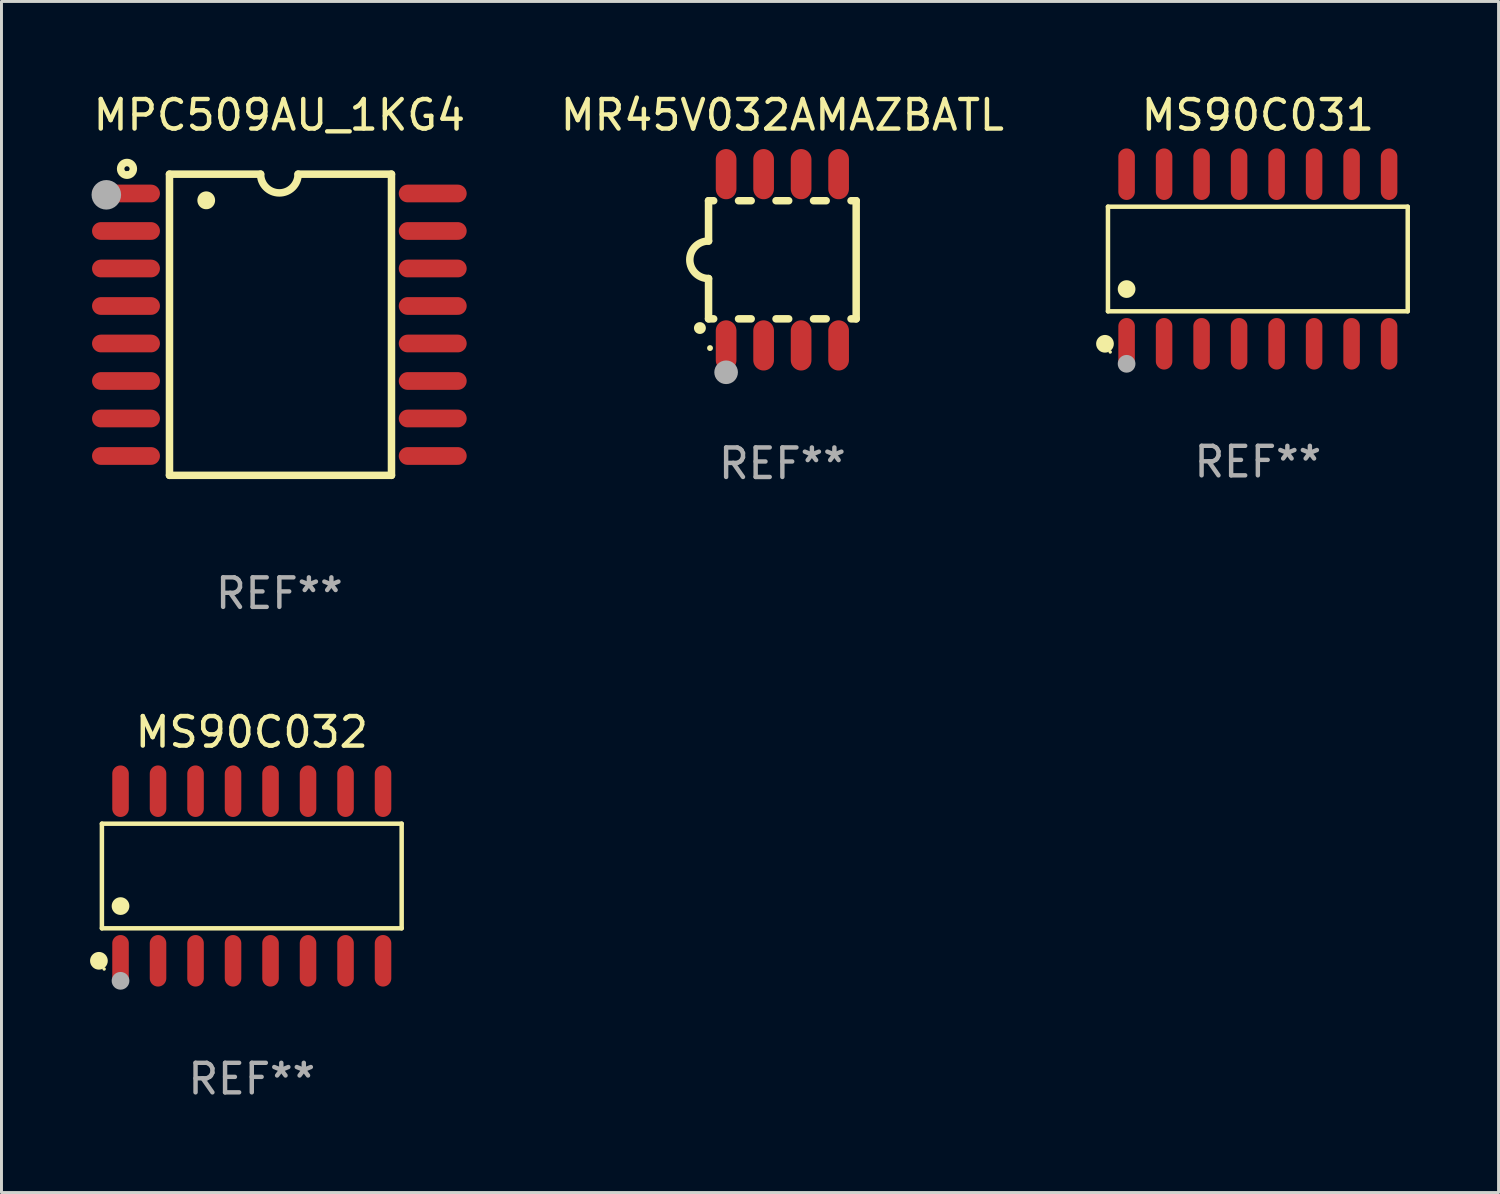
<source format=kicad_pcb>
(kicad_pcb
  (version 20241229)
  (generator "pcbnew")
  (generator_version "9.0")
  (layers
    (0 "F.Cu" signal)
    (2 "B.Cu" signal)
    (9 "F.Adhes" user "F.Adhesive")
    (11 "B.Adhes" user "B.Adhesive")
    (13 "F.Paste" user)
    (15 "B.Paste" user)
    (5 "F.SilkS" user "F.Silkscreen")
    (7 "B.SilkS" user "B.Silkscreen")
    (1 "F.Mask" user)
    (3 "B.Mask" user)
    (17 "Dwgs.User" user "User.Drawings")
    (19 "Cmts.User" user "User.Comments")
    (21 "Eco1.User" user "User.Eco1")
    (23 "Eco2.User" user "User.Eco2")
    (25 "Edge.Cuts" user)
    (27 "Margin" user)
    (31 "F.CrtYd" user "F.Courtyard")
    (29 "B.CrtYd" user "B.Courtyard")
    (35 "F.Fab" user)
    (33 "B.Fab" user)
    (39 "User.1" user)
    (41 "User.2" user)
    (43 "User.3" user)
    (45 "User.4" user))
  (footprint "MPC509AU_1KG4"
    (layer "F.Cu")
    (at 6.411 7.948)
    (property "Reference" "MPC509AU_1KG4" (at 0 -7.1 0) (layer "F.SilkS") (effects (font (size 1 1) (thickness 0.15))))
    (attr through_hole)
    (fp_line (start -3.721 -5.1) (end -3.721 5.1) (stroke (width 0.254) (type solid)) (layer "F.SilkS"))
    (fp_line (start -3.721 -5.1) (end -0.635 -5.1) (stroke (width 0.254) (type solid)) (layer "F.SilkS"))
    (fp_line (start -3.721 5.1) (end 3.797 5.1) (stroke (width 0.254) (type solid)) (layer "F.SilkS"))
    (fp_line (start 3.797 -5.1) (end 0.635 -5.1) (stroke (width 0.254) (type solid)) (layer "F.SilkS"))
    (fp_line (start 3.797 5.1) (end 3.797 -5.1) (stroke (width 0.254) (type solid)) (layer "F.SilkS"))
    (fp_arc (start -2.476556 -4.211328) (mid -2.476567 -4.213868) (end -2.476556 -4.216408) (stroke (width 0.6) (type solid)) (layer "F.SilkS"))
    (fp_arc (start 0.63495 -5.100076) (mid -0.000178 -4.465329) (end -0.635052 -5.10033) (stroke (width 0.254001) (type solid)) (layer "F.SilkS"))
    (fp_circle (center -5.16 -5.28) (end -4.945 -5.28) (stroke (width 0.254) (type solid)) (fill no) (layer "F.SilkS"))
    (fp_circle (center -5.15 -5.15) (end -5.12 -5.15) (stroke (width 0.06) (type solid)) (fill no) (layer "F.SilkS"))
    (fp_circle (center -5.86 -4.4) (end -5.61 -4.4) (stroke (width 0.5) (type solid)) (fill no) (layer "F.Fab"))
    (fp_text user "REF**" (at 0 9.1 0) (layer "F.Fab") (effects (font (size 1 1) (thickness 0.15))))
    (pad "1" smd oval (at -5.194 -4.445) (size 2.3 0.6) (layers "F.Cu" "F.Mask" "F.Paste"))
    (pad "2" smd oval (at -5.194 -3.175) (size 2.3 0.6) (layers "F.Cu" "F.Mask" "F.Paste"))
    (pad "3" smd oval (at -5.194 -1.905) (size 2.3 0.6) (layers "F.Cu" "F.Mask" "F.Paste"))
    (pad "4" smd oval (at -5.194 -0.635) (size 2.3 0.6) (layers "F.Cu" "F.Mask" "F.Paste"))
    (pad "5" smd oval (at -5.194 0.635) (size 2.3 0.6) (layers "F.Cu" "F.Mask" "F.Paste"))
    (pad "6" smd oval (at -5.194 1.905) (size 2.3 0.6) (layers "F.Cu" "F.Mask" "F.Paste"))
    (pad "7" smd oval (at -5.194 3.175) (size 2.3 0.6) (layers "F.Cu" "F.Mask" "F.Paste"))
    (pad "8" smd oval (at -5.194 4.445) (size 2.3 0.6) (layers "F.Cu" "F.Mask" "F.Paste"))
    (pad "9" smd oval (at 5.194 4.445) (size 2.3 0.6) (layers "F.Cu" "F.Mask" "F.Paste"))
    (pad "10" smd oval (at 5.194 3.175) (size 2.3 0.6) (layers "F.Cu" "F.Mask" "F.Paste"))
    (pad "11" smd oval (at 5.194 1.905) (size 2.3 0.6) (layers "F.Cu" "F.Mask" "F.Paste"))
    (pad "12" smd oval (at 5.194 0.635) (size 2.3 0.6) (layers "F.Cu" "F.Mask" "F.Paste"))
    (pad "13" smd oval (at 5.194 -0.635) (size 2.3 0.6) (layers "F.Cu" "F.Mask" "F.Paste"))
    (pad "14" smd oval (at 5.194 -1.905) (size 2.3 0.6) (layers "F.Cu" "F.Mask" "F.Paste"))
    (pad "15" smd oval (at 5.194 -3.175) (size 2.3 0.6) (layers "F.Cu" "F.Mask" "F.Paste"))
    (pad "16" smd oval (at 5.194 -4.445) (size 2.3 0.6) (layers "F.Cu" "F.Mask" "F.Paste")))
  (footprint "MS90C032"
    (layer "F.Cu")
    (at 5.477 26.617)
    (property "Reference" "MS90C032" (at 0 -4.872 0) (layer "F.SilkS") (effects (font (size 1 1) (thickness 0.15))))
    (attr through_hole)
    (fp_line (start -5.076 -1.771) (end 5.076 -1.771) (stroke (width 0.152) (type solid)) (layer "F.SilkS"))
    (fp_line (start -5.076 1.771) (end -5.076 -1.771) (stroke (width 0.152) (type solid)) (layer "F.SilkS"))
    (fp_line (start 5.076 -1.771) (end 5.076 1.771) (stroke (width 0.152) (type solid)) (layer "F.SilkS"))
    (fp_line (start 5.076 1.771) (end -5.076 1.771) (stroke (width 0.152) (type solid)) (layer "F.SilkS"))
    (fp_circle (center -5.177 2.872) (end -5.027 2.872) (stroke (width 0.3) (type solid)) (fill no) (layer "F.SilkS"))
    (fp_circle (center -5 3.15) (end -4.97 3.15) (stroke (width 0.06) (type solid)) (fill no) (layer "F.SilkS"))
    (fp_circle (center -4.445 1.019) (end -4.295 1.019) (stroke (width 0.3) (type solid)) (fill no) (layer "F.SilkS"))
    (fp_circle (center -4.445 3.55) (end -4.295 3.55) (stroke (width 0.3) (type solid)) (fill no) (layer "F.Fab"))
    (fp_text user "REF**" (at 0 6.872 0) (layer "F.Fab") (effects (font (size 1 1) (thickness 0.15))))
    (pad "1" smd oval (at -4.445 2.872) (size 0.56 1.745) (layers "F.Cu" "F.Mask" "F.Paste"))
    (pad "2" smd oval (at -3.175 2.872) (size 0.56 1.745) (layers "F.Cu" "F.Mask" "F.Paste"))
    (pad "3" smd oval (at -1.905 2.872) (size 0.56 1.745) (layers "F.Cu" "F.Mask" "F.Paste"))
    (pad "4" smd oval (at -0.635 2.872) (size 0.56 1.745) (layers "F.Cu" "F.Mask" "F.Paste"))
    (pad "5" smd oval (at 0.635 2.872) (size 0.56 1.745) (layers "F.Cu" "F.Mask" "F.Paste"))
    (pad "6" smd oval (at 1.905 2.872) (size 0.56 1.745) (layers "F.Cu" "F.Mask" "F.Paste"))
    (pad "7" smd oval (at 3.175 2.872) (size 0.56 1.745) (layers "F.Cu" "F.Mask" "F.Paste"))
    (pad "8" smd oval (at 4.445 2.872) (size 0.56 1.745) (layers "F.Cu" "F.Mask" "F.Paste"))
    (pad "9" smd oval (at 4.445 -2.872) (size 0.56 1.745) (layers "F.Cu" "F.Mask" "F.Paste"))
    (pad "10" smd oval (at 3.175 -2.872) (size 0.56 1.745) (layers "F.Cu" "F.Mask" "F.Paste"))
    (pad "11" smd oval (at 1.905 -2.872) (size 0.56 1.745) (layers "F.Cu" "F.Mask" "F.Paste"))
    (pad "12" smd oval (at 0.635 -2.872) (size 0.56 1.745) (layers "F.Cu" "F.Mask" "F.Paste"))
    (pad "13" smd oval (at -0.635 -2.872) (size 0.56 1.745) (layers "F.Cu" "F.Mask" "F.Paste"))
    (pad "14" smd oval (at -1.905 -2.872) (size 0.56 1.745) (layers "F.Cu" "F.Mask" "F.Paste"))
    (pad "15" smd oval (at -3.175 -2.872) (size 0.56 1.745) (layers "F.Cu" "F.Mask" "F.Paste"))
    (pad "16" smd oval (at -4.445 -2.872) (size 0.56 1.745) (layers "F.Cu" "F.Mask" "F.Paste")))
  (footprint "MR45V032AMAZBATL"
    (layer "F.Cu")
    (at 23.446 5.748)
    (property "Reference" "MR45V032AMAZBATL" (at 0 -4.9 0) (layer "F.SilkS") (effects (font (size 1 1) (thickness 0.15))))
    (attr through_hole)
    (fp_line (start -2.5 -2) (end -2.5 -0.635) (stroke (width 0.254) (type solid)) (layer "F.SilkS"))
    (fp_line (start -2.5 -2) (end -2.326 -2) (stroke (width 0.254) (type solid)) (layer "F.SilkS"))
    (fp_line (start -2.5 2) (end -2.5 0.635) (stroke (width 0.254) (type solid)) (layer "F.SilkS"))
    (fp_line (start -2.5 2) (end -2.326 2) (stroke (width 0.254) (type solid)) (layer "F.SilkS"))
    (fp_line (start -1.484 -2) (end -1.056 -2) (stroke (width 0.254) (type solid)) (layer "F.SilkS"))
    (fp_line (start -1.484 2) (end -1.056 2) (stroke (width 0.254) (type solid)) (layer "F.SilkS"))
    (fp_line (start -0.214 -2) (end 0.214 -2) (stroke (width 0.254) (type solid)) (layer "F.SilkS"))
    (fp_line (start -0.214 2) (end 0.214 2) (stroke (width 0.254) (type solid)) (layer "F.SilkS"))
    (fp_line (start 1.056 -2) (end 1.484 -2) (stroke (width 0.254) (type solid)) (layer "F.SilkS"))
    (fp_line (start 1.056 2) (end 1.484 2) (stroke (width 0.254) (type solid)) (layer "F.SilkS"))
    (fp_line (start 2.326 -2) (end 2.5 -2) (stroke (width 0.254) (type solid)) (layer "F.SilkS"))
    (fp_line (start 2.326 2) (end 2.5 2) (stroke (width 0.254) (type solid)) (layer "F.SilkS"))
    (fp_line (start 2.5 -2) (end 2.5 2) (stroke (width 0.254) (type solid)) (layer "F.SilkS"))
    (fp_arc (start -2.794006 2.311405) (mid -2.792736 2.311401) (end -2.791466 2.311405) (stroke (width 0.4) (type solid)) (layer "F.SilkS"))
    (fp_arc (start -2.5 0.635001) (mid -3.134366 -0.000318) (end -2.499365 -0.635001) (stroke (width 0.254001) (type solid)) (layer "F.SilkS"))
    (fp_circle (center -2.45 2.99) (end -2.4 2.99) (stroke (width 0.1) (type solid)) (fill no) (layer "F.SilkS"))
    (fp_circle (center -1.905 3.81) (end -1.705 3.81) (stroke (width 0.4) (type solid)) (fill no) (layer "F.Fab"))
    (fp_text user "REF**" (at 0 6.9 0) (layer "F.Fab") (effects (font (size 1 1) (thickness 0.15))))
    (pad "1" smd oval (at -1.905 2.9 180) (size 0.7 1.7) (layers "F.Cu" "F.Mask" "F.Paste"))
    (pad "2" smd oval (at -0.635 2.9 180) (size 0.7 1.7) (layers "F.Cu" "F.Mask" "F.Paste"))
    (pad "3" smd oval (at 0.635 2.9 180) (size 0.7 1.7) (layers "F.Cu" "F.Mask" "F.Paste"))
    (pad "4" smd oval (at 1.905 2.9 180) (size 0.7 1.7) (layers "F.Cu" "F.Mask" "F.Paste"))
    (pad "5" smd oval (at 1.905 -2.9 180) (size 0.7 1.7) (layers "F.Cu" "F.Mask" "F.Paste"))
    (pad "6" smd oval (at 0.635 -2.9 180) (size 0.7 1.7) (layers "F.Cu" "F.Mask" "F.Paste"))
    (pad "7" smd oval (at -0.635 -2.9 180) (size 0.7 1.7) (layers "F.Cu" "F.Mask" "F.Paste"))
    (pad "8" smd oval (at -1.905 -2.9 180) (size 0.7 1.7) (layers "F.Cu" "F.Mask" "F.Paste")))
  (footprint "MS90C031"
    (layer "F.Cu")
    (at 39.549 5.721)
    (property "Reference" "MS90C031" (at 0 -4.872 0) (layer "F.SilkS") (effects (font (size 1 1) (thickness 0.15))))
    (attr through_hole)
    (fp_line (start -5.076 -1.771) (end 5.076 -1.771) (stroke (width 0.152) (type solid)) (layer "F.SilkS"))
    (fp_line (start -5.076 1.771) (end -5.076 -1.771) (stroke (width 0.152) (type solid)) (layer "F.SilkS"))
    (fp_line (start 5.076 -1.771) (end 5.076 1.771) (stroke (width 0.152) (type solid)) (layer "F.SilkS"))
    (fp_line (start 5.076 1.771) (end -5.076 1.771) (stroke (width 0.152) (type solid)) (layer "F.SilkS"))
    (fp_circle (center -5.177 2.872) (end -5.027 2.872) (stroke (width 0.3) (type solid)) (fill no) (layer "F.SilkS"))
    (fp_circle (center -5 3.15) (end -4.97 3.15) (stroke (width 0.06) (type solid)) (fill no) (layer "F.SilkS"))
    (fp_circle (center -4.445 1.019) (end -4.295 1.019) (stroke (width 0.3) (type solid)) (fill no) (layer "F.SilkS"))
    (fp_circle (center -4.445 3.55) (end -4.295 3.55) (stroke (width 0.3) (type solid)) (fill no) (layer "F.Fab"))
    (fp_text user "REF**" (at 0 6.872 0) (layer "F.Fab") (effects (font (size 1 1) (thickness 0.15))))
    (pad "1" smd oval (at -4.445 2.872) (size 0.56 1.745) (layers "F.Cu" "F.Mask" "F.Paste"))
    (pad "2" smd oval (at -3.175 2.872) (size 0.56 1.745) (layers "F.Cu" "F.Mask" "F.Paste"))
    (pad "3" smd oval (at -1.905 2.872) (size 0.56 1.745) (layers "F.Cu" "F.Mask" "F.Paste"))
    (pad "4" smd oval (at -0.635 2.872) (size 0.56 1.745) (layers "F.Cu" "F.Mask" "F.Paste"))
    (pad "5" smd oval (at 0.635 2.872) (size 0.56 1.745) (layers "F.Cu" "F.Mask" "F.Paste"))
    (pad "6" smd oval (at 1.905 2.872) (size 0.56 1.745) (layers "F.Cu" "F.Mask" "F.Paste"))
    (pad "7" smd oval (at 3.175 2.872) (size 0.56 1.745) (layers "F.Cu" "F.Mask" "F.Paste"))
    (pad "8" smd oval (at 4.445 2.872) (size 0.56 1.745) (layers "F.Cu" "F.Mask" "F.Paste"))
    (pad "9" smd oval (at 4.445 -2.872) (size 0.56 1.745) (layers "F.Cu" "F.Mask" "F.Paste"))
    (pad "10" smd oval (at 3.175 -2.872) (size 0.56 1.745) (layers "F.Cu" "F.Mask" "F.Paste"))
    (pad "11" smd oval (at 1.905 -2.872) (size 0.56 1.745) (layers "F.Cu" "F.Mask" "F.Paste"))
    (pad "12" smd oval (at 0.635 -2.872) (size 0.56 1.745) (layers "F.Cu" "F.Mask" "F.Paste"))
    (pad "13" smd oval (at -0.635 -2.872) (size 0.56 1.745) (layers "F.Cu" "F.Mask" "F.Paste"))
    (pad "14" smd oval (at -1.905 -2.872) (size 0.56 1.745) (layers "F.Cu" "F.Mask" "F.Paste"))
    (pad "15" smd oval (at -3.175 -2.872) (size 0.56 1.745) (layers "F.Cu" "F.Mask" "F.Paste"))
    (pad "16" smd oval (at -4.445 -2.872) (size 0.56 1.745) (layers "F.Cu" "F.Mask" "F.Paste")))
  (gr_rect
    (start -3 -3)
    (end 47.701 37.338)
    (stroke (width 0.1) (type default))
    (fill no)
    (layer "Edge.Cuts")))
</source>
